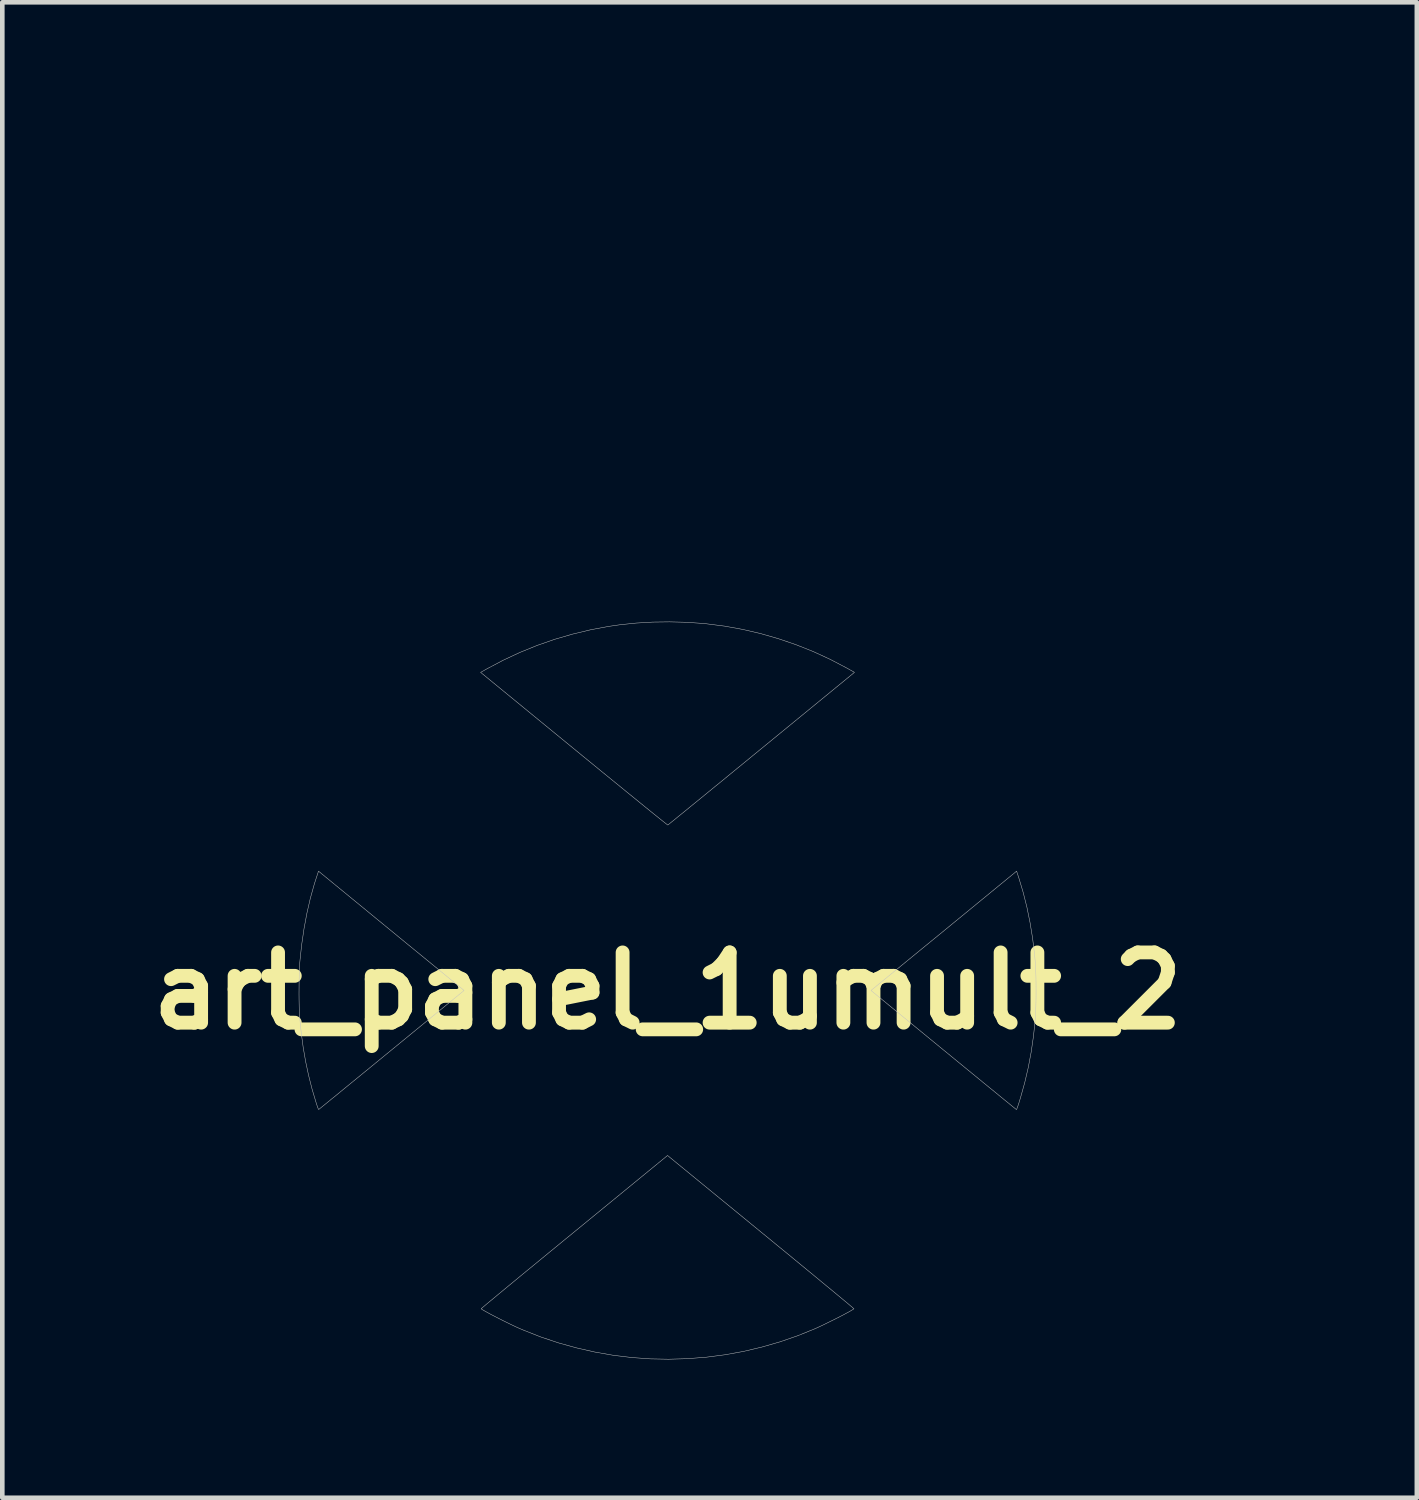
<source format=kicad_pcb>
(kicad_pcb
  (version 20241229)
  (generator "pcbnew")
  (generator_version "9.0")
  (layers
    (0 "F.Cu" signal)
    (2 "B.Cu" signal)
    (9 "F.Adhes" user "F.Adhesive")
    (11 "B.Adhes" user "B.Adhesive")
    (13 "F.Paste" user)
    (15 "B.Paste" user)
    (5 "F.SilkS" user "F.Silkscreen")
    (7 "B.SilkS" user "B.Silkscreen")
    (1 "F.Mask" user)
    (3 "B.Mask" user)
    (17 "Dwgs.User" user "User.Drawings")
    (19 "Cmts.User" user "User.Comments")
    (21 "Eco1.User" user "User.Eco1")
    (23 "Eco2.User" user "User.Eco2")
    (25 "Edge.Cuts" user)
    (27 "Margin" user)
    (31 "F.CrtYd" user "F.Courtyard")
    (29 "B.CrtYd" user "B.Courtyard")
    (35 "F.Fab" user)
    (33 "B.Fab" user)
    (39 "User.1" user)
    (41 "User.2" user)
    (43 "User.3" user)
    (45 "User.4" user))
  (footprint "art_panel_1umult_2"
    (layer "F.Cu")
    (at 11.437 18.447)
    (property "Reference" "art_panel_1umult_2" (at 0 0 0) (layer "F.SilkS") (effects (font (size 1.524 1.524) (thickness 0.3))))
    (attr through_hole)
    (fp_poly (pts (xy 6.417 -18.133) (xy 6.435 -18.1) (xy 6.441 -18.059) (xy 6.435 -18.019) (xy 6.419 -17.99) (xy 6.413 -17.984) (xy 6.405 -17.979) (xy 6.395 -17.975) (xy 6.378 -17.972) (xy 6.354 -17.97) (xy 6.32 -17.968) (xy 6.274 -17.967) (xy 6.214 -17.967) (xy 6.137 -17.967) (xy 6.041 -17.967) (xy 5.668 -17.967) (xy 5.665 -16.805) (xy 5.665 -16.622) (xy 5.665 -16.459) (xy 5.664 -16.315) (xy 5.664 -16.189) (xy 5.663 -16.079) (xy 5.662 -15.984) (xy 5.661 -15.903) (xy 5.661 -15.835) (xy 5.659 -15.779) (xy 5.658 -15.734) (xy 5.657 -15.697) (xy 5.655 -15.669) (xy 5.653 -15.648) (xy 5.651 -15.632) (xy 5.649 -15.622) (xy 5.646 -15.614) (xy 5.645 -15.612) (xy 5.605 -15.559) (xy 5.554 -15.523) (xy 5.494 -15.505) (xy 5.43 -15.506) (xy 5.389 -15.516) (xy 5.339 -15.543) (xy 5.296 -15.583) (xy 5.27 -15.625) (xy 5.267 -15.633) (xy 5.265 -15.648) (xy 5.263 -15.669) (xy 5.262 -15.699) (xy 5.26 -15.738) (xy 5.259 -15.788) (xy 5.258 -15.85) (xy 5.257 -15.924) (xy 5.257 -16.012) (xy 5.256 -16.114) (xy 5.256 -16.233) (xy 5.255 -16.369) (xy 5.255 -16.524) (xy 5.255 -16.697) (xy 5.255 -16.813) (xy 5.255 -17.967) (xy 4.529 -17.967) (xy 4.506 -17.991) (xy 4.487 -18.024) (xy 4.481 -18.065) (xy 4.488 -18.104) (xy 4.507 -18.134) (xy 4.532 -18.157) (xy 6.394 -18.157) (xy 6.417 -18.133)) (stroke (width 0.01) (type solid)) (fill yes) (layer "F.Mask"))
    (fp_poly (pts (xy 3.654 -18.151) (xy 3.681 -18.143) (xy 3.723 -18.116) (xy 3.76 -18.078) (xy 3.783 -18.037) (xy 3.785 -18.023) (xy 3.787 -17.99) (xy 3.789 -17.938) (xy 3.79 -17.868) (xy 3.791 -17.778) (xy 3.792 -17.669) (xy 3.793 -17.54) (xy 3.794 -17.392) (xy 3.794 -17.222) (xy 3.795 -17.033) (xy 3.795 -16.855) (xy 3.795 -15.702) (xy 4.317 -15.702) (xy 4.452 -15.702) (xy 4.569 -15.701) (xy 4.668 -15.7) (xy 4.748 -15.698) (xy 4.809 -15.696) (xy 4.85 -15.694) (xy 4.871 -15.691) (xy 4.871 -15.691) (xy 4.902 -15.67) (xy 4.92 -15.638) (xy 4.927 -15.6) (xy 4.921 -15.562) (xy 4.902 -15.53) (xy 4.878 -15.513) (xy 4.862 -15.51) (xy 4.827 -15.508) (xy 4.776 -15.506) (xy 4.71 -15.505) (xy 4.632 -15.503) (xy 4.544 -15.502) (xy 4.449 -15.502) (xy 4.348 -15.501) (xy 4.243 -15.501) (xy 4.138 -15.501) (xy 4.035 -15.502) (xy 3.935 -15.502) (xy 3.84 -15.503) (xy 3.754 -15.504) (xy 3.678 -15.506) (xy 3.615 -15.508) (xy 3.567 -15.51) (xy 3.536 -15.512) (xy 3.525 -15.514) (xy 3.47 -15.542) (xy 3.43 -15.583) (xy 3.415 -15.61) (xy 3.411 -15.617) (xy 3.408 -15.625) (xy 3.405 -15.635) (xy 3.403 -15.647) (xy 3.401 -15.664) (xy 3.399 -15.685) (xy 3.398 -15.714) (xy 3.396 -15.75) (xy 3.395 -15.795) (xy 3.395 -15.85) (xy 3.394 -15.917) (xy 3.393 -15.996) (xy 3.393 -16.088) (xy 3.393 -16.196) (xy 3.393 -16.32) (xy 3.393 -16.462) (xy 3.393 -16.621) (xy 3.393 -16.801) (xy 3.393 -16.827) (xy 3.392 -17.013) (xy 3.393 -17.179) (xy 3.393 -17.326) (xy 3.393 -17.456) (xy 3.393 -17.569) (xy 3.394 -17.667) (xy 3.395 -17.751) (xy 3.396 -17.822) (xy 3.397 -17.881) (xy 3.399 -17.93) (xy 3.401 -17.969) (xy 3.404 -18.001) (xy 3.407 -18.026) (xy 3.411 -18.045) (xy 3.416 -18.059) (xy 3.421 -18.07) (xy 3.427 -18.079) (xy 3.434 -18.087) (xy 3.442 -18.095) (xy 3.443 -18.097) (xy 3.485 -18.129) (xy 3.538 -18.149) (xy 3.597 -18.157) (xy 3.654 -18.151)) (stroke (width 0.01) (type solid)) (fill yes) (layer "F.Mask"))
    (fp_poly (pts (xy 1.27 -18.152) (xy 1.317 -18.134) (xy 1.354 -18.106) (xy 1.365 -18.096) (xy 1.375 -18.086) (xy 1.383 -18.075) (xy 1.39 -18.063) (xy 1.396 -18.047) (xy 1.401 -18.025) (xy 1.405 -17.997) (xy 1.408 -17.96) (xy 1.41 -17.913) (xy 1.412 -17.855) (xy 1.413 -17.784) (xy 1.413 -17.698) (xy 1.414 -17.596) (xy 1.414 -17.477) (xy 1.414 -17.338) (xy 1.414 -17.298) (xy 1.414 -17.172) (xy 1.414 -17.05) (xy 1.415 -16.933) (xy 1.416 -16.823) (xy 1.417 -16.724) (xy 1.418 -16.636) (xy 1.42 -16.562) (xy 1.421 -16.504) (xy 1.423 -16.464) (xy 1.424 -16.453) (xy 1.437 -16.341) (xy 1.458 -16.242) (xy 1.489 -16.148) (xy 1.532 -16.051) (xy 1.56 -15.997) (xy 1.586 -15.954) (xy 1.615 -15.916) (xy 1.652 -15.875) (xy 1.678 -15.849) (xy 1.748 -15.785) (xy 1.815 -15.736) (xy 1.884 -15.702) (xy 1.959 -15.677) (xy 1.97 -15.675) (xy 2.064 -15.663) (xy 2.158 -15.671) (xy 2.249 -15.697) (xy 2.336 -15.741) (xy 2.418 -15.8) (xy 2.493 -15.874) (xy 2.56 -15.961) (xy 2.618 -16.06) (xy 2.665 -16.169) (xy 2.699 -16.287) (xy 2.714 -16.372) (xy 2.717 -16.402) (xy 2.719 -16.451) (xy 2.721 -16.521) (xy 2.722 -16.61) (xy 2.724 -16.718) (xy 2.725 -16.844) (xy 2.725 -16.987) (xy 2.726 -17.147) (xy 2.726 -17.227) (xy 2.726 -17.377) (xy 2.726 -17.508) (xy 2.726 -17.621) (xy 2.727 -17.716) (xy 2.727 -17.797) (xy 2.729 -17.864) (xy 2.73 -17.918) (xy 2.733 -17.962) (xy 2.736 -17.997) (xy 2.739 -18.024) (xy 2.744 -18.044) (xy 2.75 -18.06) (xy 2.756 -18.072) (xy 2.764 -18.083) (xy 2.773 -18.093) (xy 2.776 -18.097) (xy 2.82 -18.131) (xy 2.874 -18.151) (xy 2.932 -18.157) (xy 2.989 -18.149) (xy 3.042 -18.128) (xy 3.085 -18.094) (xy 3.104 -18.067) (xy 3.128 -18.025) (xy 3.125 -17.173) (xy 3.122 -16.321) (xy 3.098 -16.242) (xy 3.043 -16.095) (xy 2.971 -15.961) (xy 2.884 -15.842) (xy 2.782 -15.737) (xy 2.666 -15.647) (xy 2.536 -15.573) (xy 2.393 -15.515) (xy 2.361 -15.505) (xy 2.284 -15.488) (xy 2.194 -15.476) (xy 2.098 -15.471) (xy 2.001 -15.472) (xy 1.911 -15.479) (xy 1.847 -15.489) (xy 1.778 -15.506) (xy 1.72 -15.524) (xy 1.666 -15.545) (xy 1.607 -15.574) (xy 1.575 -15.59) (xy 1.448 -15.67) (xy 1.334 -15.765) (xy 1.235 -15.874) (xy 1.153 -15.997) (xy 1.086 -16.132) (xy 1.037 -16.277) (xy 1.037 -16.279) (xy 1.033 -16.294) (xy 1.03 -16.311) (xy 1.028 -16.331) (xy 1.025 -16.355) (xy 1.023 -16.386) (xy 1.021 -16.425) (xy 1.02 -16.473) (xy 1.019 -16.532) (xy 1.018 -16.604) (xy 1.017 -16.689) (xy 1.016 -16.789) (xy 1.015 -16.907) (xy 1.014 -17.042) (xy 1.014 -17.168) (xy 1.013 -17.343) (xy 1.013 -17.498) (xy 1.013 -17.632) (xy 1.013 -17.746) (xy 1.014 -17.84) (xy 1.015 -17.914) (xy 1.017 -17.969) (xy 1.019 -18.004) (xy 1.021 -18.021) (xy 1.048 -18.077) (xy 1.09 -18.119) (xy 1.144 -18.147) (xy 1.208 -18.157) (xy 1.211 -18.157) (xy 1.27 -18.152)) (stroke (width 0.01) (type solid)) (fill yes) (layer "F.Mask"))
    (fp_poly (pts (xy 2.697 3.668) (xy 2.906 3.839) (xy 3.111 4.007) (xy 3.311 4.171) (xy 3.506 4.331) (xy 3.695 4.486) (xy 3.877 4.635) (xy 4.051 4.779) (xy 4.218 4.916) (xy 4.377 5.046) (xy 4.526 5.169) (xy 4.666 5.283) (xy 4.795 5.39) (xy 4.914 5.487) (xy 5.021 5.576) (xy 5.116 5.654) (xy 5.198 5.722) (xy 5.267 5.779) (xy 5.322 5.825) (xy 5.363 5.858) (xy 5.388 5.88) (xy 5.398 5.888) (xy 5.398 5.889) (xy 5.39 5.901) (xy 5.367 5.924) (xy 5.332 5.957) (xy 5.286 5.998) (xy 5.231 6.045) (xy 5.17 6.096) (xy 5.105 6.15) (xy 5.037 6.205) (xy 4.97 6.259) (xy 4.904 6.311) (xy 4.842 6.358) (xy 4.787 6.4) (xy 4.739 6.435) (xy 4.702 6.461) (xy 4.677 6.476) (xy 4.668 6.479) (xy 4.658 6.472) (xy 4.634 6.452) (xy 4.594 6.42) (xy 4.539 6.376) (xy 4.471 6.321) (xy 4.39 6.255) (xy 4.297 6.179) (xy 4.191 6.093) (xy 4.075 5.998) (xy 3.948 5.894) (xy 3.811 5.782) (xy 3.665 5.663) (xy 3.51 5.537) (xy 3.348 5.404) (xy 3.179 5.265) (xy 3.003 5.121) (xy 2.821 4.972) (xy 2.633 4.819) (xy 2.442 4.662) (xy 2.33 4.571) (xy 2.136 4.412) (xy 1.946 4.256) (xy 1.761 4.105) (xy 1.582 3.958) (xy 1.408 3.816) (xy 1.242 3.68) (xy 1.083 3.55) (xy 0.932 3.427) (xy 0.79 3.311) (xy 0.658 3.203) (xy 0.535 3.103) (xy 0.424 3.012) (xy 0.323 2.93) (xy 0.235 2.859) (xy 0.16 2.798) (xy 0.098 2.747) (xy 0.05 2.709) (xy 0.016 2.682) (xy -0.002 2.668) (xy -0.005 2.666) (xy -0.014 2.672) (xy -0.038 2.692) (xy -0.078 2.724) (xy -0.132 2.767) (xy -0.2 2.822) (xy -0.281 2.888) (xy -0.374 2.964) (xy -0.479 3.05) (xy -0.596 3.144) (xy -0.722 3.248) (xy -0.859 3.359) (xy -1.005 3.478) (xy -1.159 3.604) (xy -1.321 3.737) (xy -1.491 3.876) (xy -1.667 4.02) (xy -1.848 4.168) (xy -2.036 4.322) (xy -2.227 4.479) (xy -2.339 4.571) (xy -2.534 4.73) (xy -2.723 4.885) (xy -2.909 5.037) (xy -3.088 5.184) (xy -3.261 5.325) (xy -3.428 5.462) (xy -3.587 5.592) (xy -3.738 5.715) (xy -3.88 5.831) (xy -4.013 5.939) (xy -4.135 6.039) (xy -4.247 6.131) (xy -4.348 6.212) (xy -4.436 6.284) (xy -4.512 6.346) (xy -4.574 6.396) (xy -4.622 6.435) (xy -4.656 6.462) (xy -4.674 6.476) (xy -4.677 6.479) (xy -4.69 6.474) (xy -4.716 6.458) (xy -4.751 6.434) (xy -4.794 6.404) (xy -4.807 6.394) (xy -4.867 6.348) (xy -4.932 6.297) (xy -5 6.243) (xy -5.068 6.188) (xy -5.136 6.132) (xy -5.2 6.078) (xy -5.259 6.028) (xy -5.311 5.983) (xy -5.354 5.944) (xy -5.385 5.915) (xy -5.404 5.895) (xy -5.408 5.889) (xy -5.399 5.881) (xy -5.376 5.861) (xy -5.337 5.829) (xy -5.283 5.784) (xy -5.215 5.728) (xy -5.134 5.661) (xy -5.041 5.584) (xy -4.935 5.497) (xy -4.818 5.4) (xy -4.689 5.295) (xy -4.551 5.181) (xy -4.402 5.059) (xy -4.245 4.929) (xy -4.078 4.793) (xy -3.904 4.65) (xy -3.723 4.501) (xy -3.535 4.347) (xy -3.341 4.188) (xy -3.141 4.024) (xy -2.937 3.856) (xy -2.728 3.685) (xy -2.706 3.668) (xy -0.005 1.455) (xy 2.697 3.668)) (stroke (width 0.01) (type solid)) (fill yes) (layer "F.Mask"))
    (fp_poly (pts (xy -4.631 -6.464) (xy -4.619 -6.454) (xy -4.591 -6.431) (xy -4.548 -6.396) (xy -4.491 -6.349) (xy -4.42 -6.291) (xy -4.336 -6.222) (xy -4.239 -6.143) (xy -4.131 -6.055) (xy -4.013 -5.957) (xy -3.883 -5.852) (xy -3.745 -5.738) (xy -3.597 -5.617) (xy -3.441 -5.49) (xy -3.278 -5.356) (xy -3.108 -5.216) (xy -2.931 -5.072) (xy -2.749 -4.923) (xy -2.562 -4.77) (xy -2.371 -4.614) (xy -2.322 -4.574) (xy -2.131 -4.417) (xy -1.943 -4.263) (xy -1.761 -4.114) (xy -1.583 -3.968) (xy -1.412 -3.828) (xy -1.248 -3.694) (xy -1.091 -3.565) (xy -0.943 -3.443) (xy -0.803 -3.329) (xy -0.672 -3.222) (xy -0.552 -3.123) (xy -0.443 -3.033) (xy -0.345 -2.953) (xy -0.259 -2.883) (xy -0.186 -2.823) (xy -0.127 -2.774) (xy -0.082 -2.737) (xy -0.051 -2.712) (xy -0.037 -2.699) (xy -0.035 -2.698) (xy -0.008 -2.672) (xy 2.224 -4.501) (xy 2.416 -4.657) (xy 2.604 -4.811) (xy 2.787 -4.962) (xy 2.966 -5.108) (xy 3.139 -5.249) (xy 3.305 -5.386) (xy 3.464 -5.516) (xy 3.616 -5.64) (xy 3.759 -5.757) (xy 3.892 -5.867) (xy 4.016 -5.968) (xy 4.129 -6.061) (xy 4.231 -6.144) (xy 4.321 -6.218) (xy 4.397 -6.281) (xy 4.461 -6.333) (xy 4.51 -6.373) (xy 4.544 -6.401) (xy 4.563 -6.416) (xy 4.564 -6.417) (xy 4.671 -6.505) (xy 4.797 -6.412) (xy 4.911 -6.324) (xy 5.033 -6.226) (xy 5.159 -6.122) (xy 5.282 -6.017) (xy 5.29 -6.009) (xy 5.405 -5.909) (xy 5.38 -5.885) (xy 5.37 -5.876) (xy 5.343 -5.854) (xy 5.302 -5.82) (xy 5.247 -5.775) (xy 5.178 -5.718) (xy 5.097 -5.651) (xy 5.004 -5.575) (xy 4.9 -5.49) (xy 4.786 -5.396) (xy 4.662 -5.294) (xy 4.529 -5.185) (xy 4.388 -5.069) (xy 4.239 -4.947) (xy 4.084 -4.82) (xy 3.923 -4.688) (xy 3.757 -4.552) (xy 3.586 -4.412) (xy 3.411 -4.269) (xy 3.234 -4.124) (xy 3.054 -3.977) (xy 2.873 -3.829) (xy 2.692 -3.68) (xy 2.51 -3.531) (xy 2.329 -3.383) (xy 2.149 -3.236) (xy 1.972 -3.091) (xy 1.797 -2.948) (xy 1.626 -2.808) (xy 1.46 -2.672) (xy 1.299 -2.54) (xy 1.144 -2.414) (xy 0.995 -2.292) (xy 0.854 -2.177) (xy 0.721 -2.068) (xy 0.597 -1.967) (xy 0.482 -1.873) (xy 0.378 -1.788) (xy 0.285 -1.712) (xy 0.204 -1.646) (xy 0.135 -1.59) (xy 0.08 -1.545) (xy 0.039 -1.512) (xy 0.012 -1.491) (xy 0.001 -1.482) (xy 0.001 -1.482) (xy -0.008 -1.488) (xy -0.033 -1.507) (xy -0.073 -1.539) (xy -0.127 -1.582) (xy -0.196 -1.637) (xy -0.277 -1.703) (xy -0.372 -1.78) (xy -0.479 -1.866) (xy -0.597 -1.962) (xy -0.726 -2.067) (xy -0.865 -2.18) (xy -1.014 -2.301) (xy -1.172 -2.43) (xy -1.338 -2.565) (xy -1.512 -2.707) (xy -1.693 -2.856) (xy -1.882 -3.009) (xy -2.076 -3.168) (xy -2.275 -3.331) (xy -2.479 -3.498) (xy -2.688 -3.669) (xy -2.688 -3.669) (xy -2.897 -3.84) (xy -3.102 -4.008) (xy -3.301 -4.171) (xy -3.496 -4.331) (xy -3.684 -4.485) (xy -3.866 -4.634) (xy -4.041 -4.777) (xy -4.208 -4.914) (xy -4.366 -5.044) (xy -4.516 -5.167) (xy -4.656 -5.282) (xy -4.785 -5.388) (xy -4.904 -5.486) (xy -5.012 -5.574) (xy -5.107 -5.652) (xy -5.189 -5.72) (xy -5.259 -5.777) (xy -5.314 -5.822) (xy -5.354 -5.856) (xy -5.38 -5.877) (xy -5.39 -5.885) (xy -5.414 -5.909) (xy -5.3 -6.009) (xy -5.177 -6.115) (xy -5.051 -6.22) (xy -4.928 -6.318) (xy -4.813 -6.407) (xy -4.806 -6.412) (xy -4.681 -6.505) (xy -4.631 -6.464)) (stroke (width 0.01) (type solid)) (fill yes) (layer "F.Mask"))
    (fp_poly (pts (xy -6.89 -4.051) (xy -6.865 -4.031) (xy -6.826 -3.999) (xy -6.771 -3.955) (xy -6.703 -3.9) (xy -6.622 -3.833) (xy -6.528 -3.757) (xy -6.422 -3.671) (xy -6.305 -3.575) (xy -6.177 -3.471) (xy -6.039 -3.358) (xy -5.892 -3.238) (xy -5.736 -3.111) (xy -5.572 -2.976) (xy -5.401 -2.836) (xy -5.223 -2.69) (xy -5.038 -2.539) (xy -4.848 -2.384) (xy -4.653 -2.224) (xy -4.453 -2.061) (xy -4.42 -2.033) (xy -1.953 -0.012) (xy -1.982 0.016) (xy -1.991 0.024) (xy -2.016 0.045) (xy -2.056 0.078) (xy -2.11 0.122) (xy -2.178 0.177) (xy -2.257 0.243) (xy -2.349 0.318) (xy -2.451 0.402) (xy -2.564 0.494) (xy -2.686 0.595) (xy -2.817 0.702) (xy -2.955 0.815) (xy -3.1 0.934) (xy -3.252 1.059) (xy -3.409 1.188) (xy -3.571 1.32) (xy -3.737 1.456) (xy -3.906 1.595) (xy -4.078 1.735) (xy -4.251 1.877) (xy -4.425 2.02) (xy -4.599 2.162) (xy -4.772 2.304) (xy -4.944 2.445) (xy -5.113 2.584) (xy -5.279 2.72) (xy -5.442 2.853) (xy -5.6 2.982) (xy -5.752 3.107) (xy -5.899 3.227) (xy -6.038 3.341) (xy -6.17 3.449) (xy -6.293 3.55) (xy -6.407 3.643) (xy -6.511 3.728) (xy -6.604 3.804) (xy -6.685 3.871) (xy -6.754 3.927) (xy -6.81 3.973) (xy -6.852 4.007) (xy -6.88 4.029) (xy -6.891 4.038) (xy -6.903 4.036) (xy -6.921 4.016) (xy -6.94 3.986) (xy -6.972 3.931) (xy -7.008 3.867) (xy -7.046 3.797) (xy -7.085 3.723) (xy -7.124 3.647) (xy -7.162 3.572) (xy -7.198 3.5) (xy -7.23 3.434) (xy -7.258 3.375) (xy -7.279 3.326) (xy -7.294 3.29) (xy -7.3 3.269) (xy -7.299 3.265) (xy -7.289 3.257) (xy -7.264 3.236) (xy -7.224 3.204) (xy -7.17 3.16) (xy -7.104 3.105) (xy -7.025 3.041) (xy -6.936 2.968) (xy -6.836 2.886) (xy -6.726 2.796) (xy -6.608 2.7) (xy -6.483 2.597) (xy -6.35 2.488) (xy -6.212 2.375) (xy -6.068 2.257) (xy -5.92 2.136) (xy -5.769 2.012) (xy -5.615 1.886) (xy -5.459 1.758) (xy -5.303 1.63) (xy -5.147 1.502) (xy -4.991 1.374) (xy -4.837 1.248) (xy -4.686 1.124) (xy -4.539 1.003) (xy -4.395 0.885) (xy -4.257 0.772) (xy -4.125 0.663) (xy -3.999 0.56) (xy -3.882 0.464) (xy -3.773 0.374) (xy -3.673 0.292) (xy -3.584 0.219) (xy -3.506 0.155) (xy -3.44 0.1) (xy -3.387 0.057) (xy -3.348 0.024) (xy -3.323 0.004) (xy -3.314 -0.004) (xy -3.314 -0.004) (xy -3.321 -0.012) (xy -3.344 -0.032) (xy -3.383 -0.064) (xy -3.435 -0.108) (xy -3.501 -0.163) (xy -3.581 -0.229) (xy -3.672 -0.305) (xy -3.774 -0.39) (xy -3.888 -0.483) (xy -4.011 -0.585) (xy -4.144 -0.695) (xy -4.286 -0.812) (xy -4.436 -0.935) (xy -4.592 -1.064) (xy -4.756 -1.198) (xy -4.925 -1.337) (xy -5.1 -1.48) (xy -5.279 -1.627) (xy -5.303 -1.646) (xy -5.483 -1.794) (xy -5.658 -1.937) (xy -5.828 -2.077) (xy -5.993 -2.212) (xy -6.151 -2.341) (xy -6.302 -2.465) (xy -6.445 -2.583) (xy -6.58 -2.693) (xy -6.705 -2.796) (xy -6.821 -2.891) (xy -6.925 -2.977) (xy -7.019 -3.054) (xy -7.1 -3.121) (xy -7.169 -3.177) (xy -7.224 -3.223) (xy -7.265 -3.256) (xy -7.291 -3.278) (xy -7.302 -3.287) (xy -7.302 -3.287) (xy -7.299 -3.3) (xy -7.288 -3.329) (xy -7.269 -3.371) (xy -7.244 -3.425) (xy -7.213 -3.487) (xy -7.179 -3.555) (xy -7.142 -3.627) (xy -7.103 -3.701) (xy -7.065 -3.774) (xy -7.028 -3.843) (xy -6.993 -3.907) (xy -6.961 -3.963) (xy -6.935 -4.007) (xy -6.915 -4.039) (xy -6.902 -4.056) (xy -6.899 -4.058) (xy -6.89 -4.051)) (stroke (width 0.01) (type solid)) (fill yes) (layer "F.Mask"))
    (fp_poly (pts (xy 6.898 -4.05) (xy 6.915 -4.025) (xy 6.938 -3.986) (xy 6.967 -3.935) (xy 7.001 -3.875) (xy 7.037 -3.809) (xy 7.075 -3.737) (xy 7.114 -3.663) (xy 7.151 -3.59) (xy 7.187 -3.52) (xy 7.22 -3.454) (xy 7.248 -3.396) (xy 7.27 -3.348) (xy 7.285 -3.312) (xy 7.292 -3.291) (xy 7.292 -3.287) (xy 7.284 -3.28) (xy 7.26 -3.26) (xy 7.221 -3.228) (xy 7.167 -3.184) (xy 7.1 -3.129) (xy 7.021 -3.063) (xy 6.929 -2.987) (xy 6.825 -2.903) (xy 6.711 -2.809) (xy 6.587 -2.707) (xy 6.454 -2.597) (xy 6.311 -2.481) (xy 6.161 -2.358) (xy 6.004 -2.229) (xy 5.84 -2.095) (xy 5.671 -1.956) (xy 5.496 -1.812) (xy 5.317 -1.666) (xy 5.294 -1.646) (xy 5.114 -1.499) (xy 4.939 -1.356) (xy 4.769 -1.216) (xy 4.605 -1.081) (xy 4.447 -0.952) (xy 4.296 -0.828) (xy 4.153 -0.71) (xy 4.019 -0.6) (xy 3.894 -0.497) (xy 3.78 -0.402) (xy 3.675 -0.316) (xy 3.583 -0.239) (xy 3.502 -0.172) (xy 3.434 -0.115) (xy 3.379 -0.07) (xy 3.339 -0.036) (xy 3.314 -0.014) (xy 3.304 -0.005) (xy 3.304 -0.004) (xy 3.312 0.003) (xy 3.336 0.023) (xy 3.375 0.055) (xy 3.427 0.098) (xy 3.493 0.152) (xy 3.57 0.215) (xy 3.659 0.288) (xy 3.758 0.369) (xy 3.866 0.458) (xy 3.983 0.555) (xy 4.108 0.657) (xy 4.24 0.766) (xy 4.378 0.879) (xy 4.521 0.996) (xy 4.668 1.117) (xy 4.819 1.241) (xy 4.973 1.367) (xy 5.129 1.495) (xy 5.285 1.623) (xy 5.441 1.751) (xy 5.597 1.879) (xy 5.751 2.005) (xy 5.902 2.129) (xy 6.05 2.251) (xy 6.194 2.369) (xy 6.333 2.482) (xy 6.466 2.591) (xy 6.592 2.694) (xy 6.71 2.791) (xy 6.82 2.881) (xy 6.921 2.963) (xy 7.011 3.037) (xy 7.09 3.102) (xy 7.157 3.157) (xy 7.212 3.201) (xy 7.253 3.235) (xy 7.279 3.256) (xy 7.29 3.264) (xy 7.29 3.265) (xy 7.288 3.276) (xy 7.278 3.303) (xy 7.261 3.345) (xy 7.237 3.397) (xy 7.207 3.459) (xy 7.174 3.527) (xy 7.138 3.599) (xy 7.101 3.673) (xy 7.063 3.746) (xy 7.027 3.816) (xy 6.992 3.88) (xy 6.961 3.936) (xy 6.935 3.981) (xy 6.914 4.014) (xy 6.908 4.023) (xy 6.906 4.025) (xy 6.904 4.027) (xy 6.9 4.028) (xy 6.895 4.027) (xy 6.888 4.024) (xy 6.879 4.018) (xy 6.866 4.01) (xy 6.849 3.998) (xy 6.828 3.983) (xy 6.802 3.964) (xy 6.771 3.94) (xy 6.734 3.911) (xy 6.69 3.876) (xy 6.639 3.835) (xy 6.58 3.789) (xy 6.514 3.735) (xy 6.438 3.674) (xy 6.354 3.605) (xy 6.259 3.528) (xy 6.154 3.443) (xy 6.038 3.348) (xy 5.911 3.244) (xy 5.772 3.13) (xy 5.62 3.006) (xy 5.455 2.871) (xy 5.276 2.725) (xy 5.083 2.567) (xy 4.875 2.397) (xy 4.652 2.214) (xy 4.44 2.04) (xy 4.241 1.877) (xy 4.045 1.717) (xy 3.855 1.561) (xy 3.669 1.409) (xy 3.49 1.262) (xy 3.318 1.121) (xy 3.153 0.985) (xy 2.996 0.857) (xy 2.847 0.735) (xy 2.708 0.621) (xy 2.579 0.515) (xy 2.46 0.417) (xy 2.352 0.329) (xy 2.257 0.25) (xy 2.174 0.182) (xy 2.103 0.124) (xy 2.047 0.078) (xy 2.005 0.043) (xy 1.978 0.021) (xy 1.967 0.011) (xy 1.967 0.011) (xy 1.944 -0.012) (xy 4.411 -2.033) (xy 4.611 -2.197) (xy 4.807 -2.358) (xy 4.998 -2.514) (xy 5.183 -2.666) (xy 5.363 -2.813) (xy 5.535 -2.954) (xy 5.701 -3.089) (xy 5.858 -3.218) (xy 6.006 -3.339) (xy 6.146 -3.453) (xy 6.275 -3.559) (xy 6.394 -3.656) (xy 6.502 -3.743) (xy 6.598 -3.822) (xy 6.681 -3.889) (xy 6.751 -3.947) (xy 6.808 -3.993) (xy 6.85 -4.027) (xy 6.878 -4.048) (xy 6.889 -4.057) (xy 6.89 -4.058) (xy 6.898 -4.05)) (stroke (width 0.01) (type solid)) (fill yes) (layer "F.Mask"))
    (fp_poly (pts (xy -1.53 -18.15) (xy -1.479 -18.128) (xy -1.447 -18.103) (xy -1.438 -18.09) (xy -1.42 -18.06) (xy -1.392 -18.014) (xy -1.357 -17.955) (xy -1.314 -17.883) (xy -1.265 -17.799) (xy -1.21 -17.705) (xy -1.151 -17.603) (xy -1.087 -17.494) (xy -1.02 -17.378) (xy -0.978 -17.305) (xy -0.91 -17.187) (xy -0.845 -17.075) (xy -0.784 -16.97) (xy -0.728 -16.872) (xy -0.676 -16.784) (xy -0.631 -16.706) (xy -0.593 -16.641) (xy -0.563 -16.589) (xy -0.541 -16.551) (xy -0.528 -16.53) (xy -0.525 -16.525) (xy -0.519 -16.533) (xy -0.503 -16.558) (xy -0.478 -16.599) (xy -0.445 -16.653) (xy -0.405 -16.721) (xy -0.358 -16.801) (xy -0.305 -16.891) (xy -0.247 -16.99) (xy -0.185 -17.096) (xy -0.12 -17.209) (xy -0.084 -17.271) (xy -0.017 -17.388) (xy 0.048 -17.5) (xy 0.11 -17.607) (xy 0.167 -17.706) (xy 0.22 -17.796) (xy 0.266 -17.876) (xy 0.306 -17.945) (xy 0.338 -17.999) (xy 0.361 -18.04) (xy 0.375 -18.063) (xy 0.378 -18.069) (xy 0.409 -18.105) (xy 0.446 -18.133) (xy 0.449 -18.136) (xy 0.5 -18.152) (xy 0.558 -18.157) (xy 0.614 -18.149) (xy 0.633 -18.143) (xy 0.665 -18.123) (xy 0.697 -18.094) (xy 0.725 -18.061) (xy 0.741 -18.03) (xy 0.742 -18.027) (xy 0.742 -18.014) (xy 0.743 -17.98) (xy 0.743 -17.929) (xy 0.744 -17.86) (xy 0.744 -17.775) (xy 0.745 -17.677) (xy 0.745 -17.565) (xy 0.745 -17.442) (xy 0.745 -17.308) (xy 0.745 -17.166) (xy 0.745 -17.016) (xy 0.744 -16.86) (xy 0.744 -16.812) (xy 0.741 -15.621) (xy 0.712 -15.582) (xy 0.674 -15.543) (xy 0.632 -15.519) (xy 0.578 -15.508) (xy 0.546 -15.506) (xy 0.481 -15.513) (xy 0.429 -15.536) (xy 0.387 -15.575) (xy 0.374 -15.594) (xy 0.35 -15.633) (xy 0.344 -16.622) (xy 0.339 -17.611) (xy -0.041 -16.955) (xy -0.12 -16.818) (xy -0.19 -16.698) (xy -0.25 -16.594) (xy -0.302 -16.505) (xy -0.346 -16.429) (xy -0.383 -16.366) (xy -0.414 -16.314) (xy -0.439 -16.272) (xy -0.459 -16.238) (xy -0.475 -16.213) (xy -0.488 -16.194) (xy -0.498 -16.181) (xy -0.506 -16.171) (xy -0.512 -16.165) (xy -0.518 -16.16) (xy -0.525 -16.156) (xy -0.532 -16.152) (xy -0.532 -16.151) (xy -0.59 -16.125) (xy -0.651 -16.118) (xy -0.711 -16.128) (xy -0.766 -16.156) (xy -0.783 -16.171) (xy -0.796 -16.187) (xy -0.818 -16.221) (xy -0.849 -16.271) (xy -0.89 -16.337) (xy -0.938 -16.419) (xy -0.994 -16.514) (xy -1.058 -16.623) (xy -1.128 -16.744) (xy -1.201 -16.871) (xy -1.264 -16.98) (xy -1.323 -17.084) (xy -1.379 -17.181) (xy -1.431 -17.27) (xy -1.476 -17.35) (xy -1.516 -17.418) (xy -1.548 -17.473) (xy -1.572 -17.514) (xy -1.588 -17.54) (xy -1.593 -17.548) (xy -1.595 -17.539) (xy -1.596 -17.51) (xy -1.598 -17.462) (xy -1.599 -17.394) (xy -1.6 -17.309) (xy -1.601 -17.206) (xy -1.602 -17.087) (xy -1.602 -16.952) (xy -1.603 -16.803) (xy -1.603 -16.639) (xy -1.603 -16.552) (xy -1.603 -16.384) (xy -1.603 -16.235) (xy -1.603 -16.105) (xy -1.603 -15.993) (xy -1.604 -15.896) (xy -1.604 -15.814) (xy -1.605 -15.746) (xy -1.605 -15.69) (xy -1.606 -15.645) (xy -1.608 -15.61) (xy -1.609 -15.583) (xy -1.611 -15.563) (xy -1.613 -15.549) (xy -1.616 -15.54) (xy -1.618 -15.533) (xy -1.622 -15.529) (xy -1.623 -15.528) (xy -1.652 -15.513) (xy -1.69 -15.505) (xy -1.726 -15.506) (xy -1.746 -15.512) (xy -1.753 -15.516) (xy -1.759 -15.52) (xy -1.765 -15.525) (xy -1.77 -15.532) (xy -1.775 -15.542) (xy -1.778 -15.557) (xy -1.782 -15.577) (xy -1.784 -15.605) (xy -1.787 -15.64) (xy -1.789 -15.684) (xy -1.79 -15.738) (xy -1.791 -15.804) (xy -1.792 -15.882) (xy -1.793 -15.974) (xy -1.793 -16.081) (xy -1.793 -16.204) (xy -1.793 -16.344) (xy -1.793 -16.502) (xy -1.793 -16.68) (xy -1.793 -16.778) (xy -1.793 -16.968) (xy -1.793 -17.138) (xy -1.793 -17.289) (xy -1.793 -17.422) (xy -1.793 -17.539) (xy -1.792 -17.64) (xy -1.791 -17.728) (xy -1.79 -17.802) (xy -1.789 -17.864) (xy -1.787 -17.916) (xy -1.785 -17.958) (xy -1.783 -17.992) (xy -1.779 -18.018) (xy -1.776 -18.039) (xy -1.771 -18.055) (xy -1.766 -18.067) (xy -1.761 -18.076) (xy -1.755 -18.084) (xy -1.747 -18.092) (xy -1.743 -18.097) (xy -1.699 -18.131) (xy -1.646 -18.151) (xy -1.588 -18.157) (xy -1.53 -18.15)) (stroke (width 0.01) (type solid)) (fill yes) (layer "F.Mask"))
    (fp_poly (pts (xy 12 -18.437) (xy 12.045 -18.421) (xy 12.105 -18.394) (xy 12.11 -18.391) (xy 12.255 -18.317) (xy 12.397 -18.238) (xy 12.534 -18.155) (xy 12.664 -18.071) (xy 12.783 -17.986) (xy 12.891 -17.903) (xy 12.984 -17.824) (xy 13.06 -17.748) (xy 13.08 -17.726) (xy 13.15 -17.634) (xy 13.201 -17.542) (xy 13.233 -17.452) (xy 13.245 -17.365) (xy 13.239 -17.282) (xy 13.213 -17.204) (xy 13.167 -17.132) (xy 13.138 -17.1) (xy 13.074 -17.044) (xy 12.998 -16.994) (xy 12.909 -16.948) (xy 12.806 -16.908) (xy 12.687 -16.871) (xy 12.55 -16.838) (xy 12.395 -16.808) (xy 12.298 -16.793) (xy 12.118 -16.765) (xy 12.112 -16.495) (xy 12.107 -16.305) (xy 12.102 -16.131) (xy 12.097 -15.973) (xy 12.093 -15.833) (xy 12.088 -15.71) (xy 12.084 -15.606) (xy 12.08 -15.521) (xy 12.076 -15.454) (xy 12.073 -15.408) (xy 12.07 -15.382) (xy 12.068 -15.376) (xy 12.05 -15.366) (xy 12.035 -15.363) (xy 12.02 -15.368) (xy 11.989 -15.381) (xy 11.944 -15.401) (xy 11.889 -15.427) (xy 11.826 -15.458) (xy 11.764 -15.488) (xy 11.617 -15.563) (xy 11.489 -15.634) (xy 11.375 -15.702) (xy 11.275 -15.768) (xy 11.185 -15.835) (xy 11.103 -15.904) (xy 11.032 -15.971) (xy 10.956 -16.052) (xy 10.9 -16.129) (xy 10.86 -16.203) (xy 10.837 -16.276) (xy 10.832 -16.327) (xy 11.004 -16.327) (xy 11.02 -16.264) (xy 11.044 -16.217) (xy 11.095 -16.146) (xy 11.162 -16.068) (xy 11.246 -15.987) (xy 11.342 -15.904) (xy 11.45 -15.82) (xy 11.561 -15.742) (xy 11.603 -15.714) (xy 11.653 -15.682) (xy 11.709 -15.648) (xy 11.766 -15.613) (xy 11.823 -15.579) (xy 11.875 -15.548) (xy 11.92 -15.522) (xy 11.954 -15.503) (xy 11.975 -15.492) (xy 11.98 -15.491) (xy 11.983 -15.501) (xy 11.984 -15.529) (xy 11.985 -15.574) (xy 11.984 -15.631) (xy 11.983 -15.689) (xy 11.981 -15.746) (xy 11.978 -15.82) (xy 11.976 -15.908) (xy 11.973 -16.005) (xy 11.97 -16.108) (xy 11.967 -16.212) (xy 11.964 -16.31) (xy 11.961 -16.403) (xy 11.958 -16.489) (xy 11.956 -16.566) (xy 11.953 -16.632) (xy 11.95 -16.684) (xy 11.948 -16.721) (xy 11.946 -16.739) (xy 11.945 -16.741) (xy 11.933 -16.742) (xy 11.904 -16.74) (xy 11.862 -16.736) (xy 11.812 -16.729) (xy 11.806 -16.728) (xy 11.638 -16.7) (xy 11.489 -16.668) (xy 11.358 -16.631) (xy 11.248 -16.591) (xy 11.157 -16.547) (xy 11.087 -16.5) (xy 11.036 -16.449) (xy 11.028 -16.437) (xy 11.006 -16.385) (xy 11.004 -16.327) (xy 10.832 -16.327) (xy 10.829 -16.351) (xy 10.829 -16.353) (xy 10.833 -16.424) (xy 10.847 -16.483) (xy 10.874 -16.537) (xy 10.917 -16.591) (xy 10.943 -16.618) (xy 11.005 -16.672) (xy 11.077 -16.72) (xy 11.161 -16.763) (xy 11.26 -16.803) (xy 11.376 -16.84) (xy 11.51 -16.875) (xy 11.515 -16.877) (xy 11.558 -16.886) (xy 11.611 -16.897) (xy 11.672 -16.908) (xy 11.735 -16.92) (xy 11.797 -16.93) (xy 11.853 -16.94) (xy 11.899 -16.946) (xy 11.93 -16.95) (xy 11.939 -16.951) (xy 11.94 -16.961) (xy 11.94 -16.969) (xy 12.12 -16.969) (xy 12.167 -16.977) (xy 12.199 -16.982) (xy 12.244 -16.989) (xy 12.294 -16.997) (xy 12.314 -17) (xy 12.4 -17.016) (xy 12.493 -17.036) (xy 12.586 -17.06) (xy 12.673 -17.085) (xy 12.749 -17.11) (xy 12.786 -17.124) (xy 12.879 -17.167) (xy 12.951 -17.211) (xy 13.003 -17.258) (xy 13.035 -17.307) (xy 13.047 -17.359) (xy 13.039 -17.414) (xy 13.025 -17.45) (xy 12.985 -17.516) (xy 12.926 -17.588) (xy 12.85 -17.665) (xy 12.758 -17.746) (xy 12.65 -17.829) (xy 12.588 -17.873) (xy 12.541 -17.905) (xy 12.487 -17.941) (xy 12.428 -17.978) (xy 12.368 -18.015) (xy 12.31 -18.05) (xy 12.256 -18.081) (xy 12.21 -18.107) (xy 12.174 -18.125) (xy 12.153 -18.135) (xy 12.148 -18.136) (xy 12.144 -18.132) (xy 12.14 -18.119) (xy 12.138 -18.094) (xy 12.136 -18.055) (xy 12.135 -18) (xy 12.134 -17.927) (xy 12.134 -17.889) (xy 12.134 -17.811) (xy 12.133 -17.718) (xy 12.132 -17.615) (xy 12.131 -17.508) (xy 12.129 -17.403) (xy 12.127 -17.306) (xy 12.12 -16.969) (xy 11.94 -16.969) (xy 11.941 -16.991) (xy 11.942 -17.038) (xy 11.942 -17.102) (xy 11.942 -17.18) (xy 11.942 -17.27) (xy 11.941 -17.371) (xy 11.94 -17.482) (xy 11.939 -17.6) (xy 11.938 -17.674) (xy 11.937 -17.796) (xy 11.936 -17.913) (xy 11.936 -18.021) (xy 11.935 -18.121) (xy 11.935 -18.209) (xy 11.935 -18.284) (xy 11.936 -18.345) (xy 11.936 -18.389) (xy 11.937 -18.414) (xy 11.938 -18.42) (xy 11.949 -18.436) (xy 11.969 -18.442) (xy 12 -18.437)) (stroke (width 0.01) (type solid)) (fill yes) (layer "F.Mask"))
    (fp_poly (pts (xy -4.836 -4.517) (xy -4.72 -4.422) (xy -4.588 -4.314) (xy -4.443 -4.195) (xy -4.286 -4.066) (xy -4.118 -3.929) (xy -3.941 -3.783) (xy -3.756 -3.631) (xy -3.564 -3.474) (xy -3.367 -3.313) (xy -3.166 -3.148) (xy -2.963 -2.982) (xy -2.759 -2.814) (xy -2.555 -2.648) (xy -2.354 -2.482) (xy -2.155 -2.32) (xy -1.961 -2.161) (xy -1.881 -2.095) (xy -0.005 -0.558) (xy 2.951 -2.98) (xy 5.906 -5.403) (xy 5.957 -5.348) (xy 5.991 -5.309) (xy 6.033 -5.261) (xy 6.081 -5.204) (xy 6.133 -5.142) (xy 6.187 -5.076) (xy 6.241 -5.009) (xy 6.295 -4.942) (xy 6.346 -4.877) (xy 6.393 -4.818) (xy 6.433 -4.765) (xy 6.466 -4.721) (xy 6.489 -4.688) (xy 6.502 -4.668) (xy 6.503 -4.663) (xy 6.495 -4.656) (xy 6.471 -4.636) (xy 6.432 -4.604) (xy 6.379 -4.56) (xy 6.311 -4.504) (xy 6.23 -4.437) (xy 6.136 -4.36) (xy 6.029 -4.272) (xy 5.911 -4.176) (xy 5.782 -4.07) (xy 5.643 -3.955) (xy 5.493 -3.833) (xy 5.335 -3.702) (xy 5.167 -3.565) (xy 4.992 -3.421) (xy 4.809 -3.271) (xy 4.618 -3.115) (xy 4.422 -2.954) (xy 4.22 -2.789) (xy 4.013 -2.619) (xy 3.801 -2.445) (xy 3.667 -2.336) (xy 3.452 -2.16) (xy 3.242 -1.988) (xy 3.037 -1.82) (xy 2.837 -1.656) (xy 2.643 -1.497) (xy 2.455 -1.343) (xy 2.275 -1.195) (xy 2.103 -1.053) (xy 1.939 -0.919) (xy 1.784 -0.791) (xy 1.638 -0.671) (xy 1.503 -0.56) (xy 1.378 -0.457) (xy 1.264 -0.364) (xy 1.163 -0.28) (xy 1.074 -0.207) (xy 0.998 -0.144) (xy 0.936 -0.092) (xy 0.888 -0.052) (xy 0.854 -0.024) (xy 0.837 -0.009) (xy 0.834 -0.006) (xy 0.842 0.001) (xy 0.866 0.021) (xy 0.905 0.054) (xy 0.959 0.098) (xy 1.027 0.154) (xy 1.108 0.221) (xy 1.203 0.299) (xy 1.309 0.386) (xy 1.427 0.483) (xy 1.556 0.589) (xy 1.695 0.703) (xy 1.844 0.826) (xy 2.003 0.956) (xy 2.17 1.093) (xy 2.345 1.237) (xy 2.528 1.387) (xy 2.717 1.542) (xy 2.913 1.702) (xy 3.115 1.868) (xy 3.321 2.037) (xy 3.532 2.21) (xy 3.631 2.29) (xy 3.844 2.465) (xy 4.053 2.636) (xy 4.258 2.804) (xy 4.457 2.968) (xy 4.651 3.126) (xy 4.838 3.28) (xy 5.019 3.427) (xy 5.191 3.568) (xy 5.355 3.703) (xy 5.511 3.83) (xy 5.657 3.95) (xy 5.793 4.061) (xy 5.918 4.164) (xy 6.032 4.257) (xy 6.134 4.341) (xy 6.224 4.414) (xy 6.3 4.477) (xy 6.363 4.529) (xy 6.412 4.568) (xy 6.445 4.596) (xy 6.463 4.611) (xy 6.466 4.613) (xy 6.508 4.647) (xy 6.401 4.789) (xy 6.346 4.862) (xy 6.287 4.937) (xy 6.228 5.012) (xy 6.169 5.084) (xy 6.112 5.152) (xy 6.059 5.215) (xy 6.011 5.269) (xy 5.97 5.314) (xy 5.938 5.348) (xy 5.916 5.368) (xy 5.906 5.374) (xy 5.897 5.367) (xy 5.872 5.347) (xy 5.832 5.315) (xy 5.777 5.271) (xy 5.708 5.215) (xy 5.626 5.149) (xy 5.531 5.071) (xy 5.424 4.984) (xy 5.305 4.887) (xy 5.174 4.781) (xy 5.034 4.666) (xy 4.883 4.543) (xy 4.723 4.412) (xy 4.554 4.274) (xy 4.377 4.129) (xy 4.192 3.978) (xy 4 3.821) (xy 3.801 3.659) (xy 3.597 3.492) (xy 3.387 3.32) (xy 3.173 3.144) (xy 2.955 2.965) (xy 2.949 2.961) (xy 2.73 2.782) (xy 2.516 2.606) (xy 2.306 2.434) (xy 2.102 2.267) (xy 1.903 2.105) (xy 1.711 1.947) (xy 1.526 1.796) (xy 1.349 1.651) (xy 1.18 1.513) (xy 1.02 1.382) (xy 0.869 1.259) (xy 0.728 1.144) (xy 0.598 1.038) (xy 0.478 0.94) (xy 0.371 0.853) (xy 0.276 0.775) (xy 0.193 0.708) (xy 0.125 0.653) (xy 0.07 0.608) (xy 0.03 0.576) (xy 0.004 0.556) (xy -0.005 0.549) (xy -0.005 0.549) (xy -0.014 0.556) (xy -0.038 0.575) (xy -0.078 0.607) (xy -0.132 0.651) (xy -0.201 0.707) (xy -0.283 0.773) (xy -0.378 0.851) (xy -0.485 0.938) (xy -0.604 1.035) (xy -0.734 1.141) (xy -0.874 1.256) (xy -1.025 1.379) (xy -1.185 1.509) (xy -1.354 1.647) (xy -1.531 1.792) (xy -1.715 1.943) (xy -1.907 2.1) (xy -2.105 2.262) (xy -2.31 2.429) (xy -2.519 2.601) (xy -2.733 2.776) (xy -2.952 2.955) (xy -2.957 2.96) (xy -3.176 3.139) (xy -3.39 3.314) (xy -3.6 3.486) (xy -3.804 3.653) (xy -4.003 3.816) (xy -4.195 3.973) (xy -4.38 4.124) (xy -4.557 4.27) (xy -4.726 4.408) (xy -4.887 4.539) (xy -5.038 4.662) (xy -5.179 4.778) (xy -5.309 4.884) (xy -5.429 4.981) (xy -5.536 5.069) (xy -5.631 5.147) (xy -5.714 5.214) (xy -5.783 5.27) (xy -5.838 5.315) (xy -5.878 5.348) (xy -5.903 5.368) (xy -5.913 5.375) (xy -5.913 5.375) (xy -5.924 5.369) (xy -5.946 5.349) (xy -5.976 5.319) (xy -6.012 5.28) (xy -6.033 5.256) (xy -6.133 5.139) (xy -6.222 5.032) (xy -6.306 4.926) (xy -6.39 4.817) (xy -6.411 4.789) (xy -6.517 4.647) (xy -6.476 4.613) (xy -6.464 4.604) (xy -6.437 4.582) (xy -6.395 4.547) (xy -6.338 4.501) (xy -6.268 4.443) (xy -6.184 4.374) (xy -6.087 4.294) (xy -5.978 4.205) (xy -5.857 4.106) (xy -5.726 3.999) (xy -5.584 3.883) (xy -5.433 3.759) (xy -5.272 3.627) (xy -5.103 3.488) (xy -4.926 3.343) (xy -4.742 3.193) (xy -4.551 3.036) (xy -4.354 2.875) (xy -4.151 2.709) (xy -3.944 2.539) (xy -3.732 2.365) (xy -3.64 2.29) (xy -3.427 2.116) (xy -3.219 1.945) (xy -3.015 1.778) (xy -2.816 1.615) (xy -2.624 1.457) (xy -2.438 1.305) (xy -2.259 1.158) (xy -2.088 1.018) (xy -1.926 0.885) (xy -1.772 0.759) (xy -1.628 0.641) (xy -1.494 0.531) (xy -1.371 0.43) (xy -1.259 0.338) (xy -1.16 0.256) (xy -1.072 0.184) (xy -0.998 0.123) (xy -0.938 0.073) (xy -0.892 0.035) (xy -0.861 0.009) (xy -0.845 -0.004) (xy -0.843 -0.006) (xy -0.851 -0.013) (xy -0.875 -0.033) (xy -0.914 -0.066) (xy -0.967 -0.11) (xy -1.035 -0.166) (xy -1.116 -0.233) (xy -1.209 -0.311) (xy -1.315 -0.398) (xy -1.433 -0.495) (xy -1.562 -0.601) (xy -1.701 -0.716) (xy -1.851 -0.838) (xy -2.009 -0.969) (xy -2.176 -1.106) (xy -2.352 -1.25) (xy -2.535 -1.4) (xy -2.725 -1.556) (xy -2.921 -1.717) (xy -3.123 -1.883) (xy -3.331 -2.053) (xy -3.543 -2.226) (xy -3.676 -2.336) (xy -3.891 -2.512) (xy -4.101 -2.684) (xy -4.307 -2.852) (xy -4.507 -3.016) (xy -4.701 -3.175) (xy -4.888 -3.329) (xy -5.069 -3.476) (xy -5.241 -3.618) (xy -5.405 -3.753) (xy -5.561 -3.88) (xy -5.706 -4) (xy -5.842 -4.111) (xy -5.967 -4.213) (xy -6.08 -4.307) (xy -6.182 -4.39) (xy -6.271 -4.464) (xy -6.348 -4.526) (xy -6.41 -4.578) (xy -6.458 -4.618) (xy -6.492 -4.645) (xy -6.51 -4.661) (xy -6.513 -4.663) (xy -6.507 -4.676) (xy -6.489 -4.702) (xy -6.461 -4.741) (xy -6.424 -4.79) (xy -6.38 -4.846) (xy -6.331 -4.908) (xy -6.279 -4.974) (xy -6.224 -5.042) (xy -6.17 -5.109) (xy -6.117 -5.173) (xy -6.067 -5.233) (xy -6.022 -5.286) (xy -5.983 -5.33) (xy -5.966 -5.348) (xy -5.916 -5.403) (xy -4.836 -4.517)) (stroke (width 0.01) (type solid)) (fill yes) (layer "F.Mask"))
    (fp_poly (pts (xy -6.783 -1.946) (xy -6.646 -1.834) (xy -6.496 -1.711) (xy -6.337 -1.58) (xy -6.171 -1.444) (xy -6.001 -1.305) (xy -5.832 -1.166) (xy -5.666 -1.03) (xy -5.506 -0.899) (xy -5.355 -0.776) (xy -5.218 -0.663) (xy -5.204 -0.652) (xy -4.419 -0.009) (xy -5.992 1.281) (xy -6.151 1.411) (xy -6.306 1.538) (xy -6.456 1.661) (xy -6.6 1.779) (xy -6.737 1.891) (xy -6.867 1.997) (xy -6.988 2.096) (xy -7.1 2.188) (xy -7.202 2.272) (xy -7.294 2.346) (xy -7.374 2.412) (xy -7.442 2.467) (xy -7.496 2.511) (xy -7.537 2.544) (xy -7.563 2.565) (xy -7.573 2.574) (xy -7.573 2.574) (xy -7.579 2.565) (xy -7.59 2.54) (xy -7.604 2.501) (xy -7.62 2.453) (xy -7.629 2.425) (xy -7.717 2.13) (xy -7.792 1.834) (xy -7.856 1.535) (xy -7.909 1.228) (xy -7.952 0.909) (xy -7.985 0.576) (xy -7.986 0.559) (xy -7.991 0.487) (xy -7.995 0.398) (xy -7.997 0.295) (xy -7.999 0.181) (xy -8 0.06) (xy -7.999 -0.064) (xy -7.998 -0.187) (xy -7.996 -0.306) (xy -7.993 -0.418) (xy -7.989 -0.518) (xy -7.984 -0.604) (xy -7.981 -0.642) (xy -7.943 -0.998) (xy -7.892 -1.346) (xy -7.829 -1.684) (xy -7.754 -2.01) (xy -7.667 -2.321) (xy -7.628 -2.442) (xy -7.577 -2.597) (xy -6.783 -1.946)) (stroke (width 0.01) (type solid)) (fill no) (layer "Dwgs.User"))
    (fp_poly (pts (xy 7.619 -2.442) (xy 7.71 -2.138) (xy 7.791 -1.817) (xy 7.859 -1.484) (xy 7.915 -1.141) (xy 7.958 -0.789) (xy 7.971 -0.642) (xy 7.978 -0.548) (xy 7.983 -0.437) (xy 7.987 -0.313) (xy 7.989 -0.18) (xy 7.99 -0.043) (xy 7.99 0.096) (xy 7.988 0.231) (xy 7.985 0.359) (xy 7.981 0.477) (xy 7.975 0.579) (xy 7.972 0.625) (xy 7.934 0.983) (xy 7.884 1.327) (xy 7.821 1.662) (xy 7.744 1.991) (xy 7.652 2.319) (xy 7.62 2.425) (xy 7.603 2.477) (xy 7.587 2.522) (xy 7.575 2.555) (xy 7.567 2.572) (xy 7.565 2.575) (xy 7.556 2.568) (xy 7.531 2.548) (xy 7.492 2.517) (xy 7.439 2.474) (xy 7.373 2.42) (xy 7.294 2.356) (xy 7.204 2.282) (xy 7.103 2.199) (xy 6.992 2.109) (xy 6.871 2.01) (xy 6.743 1.905) (xy 6.606 1.793) (xy 6.463 1.676) (xy 6.314 1.554) (xy 6.159 1.427) (xy 6.001 1.297) (xy 5.983 1.283) (xy 4.409 -0.009) (xy 5.586 -0.973) (xy 5.732 -1.092) (xy 5.879 -1.212) (xy 6.025 -1.332) (xy 6.169 -1.45) (xy 6.309 -1.565) (xy 6.445 -1.676) (xy 6.574 -1.782) (xy 6.696 -1.882) (xy 6.809 -1.975) (xy 6.912 -2.059) (xy 7.003 -2.134) (xy 7.081 -2.198) (xy 7.145 -2.25) (xy 7.165 -2.267) (xy 7.568 -2.597) (xy 7.619 -2.442)) (stroke (width 0.01) (type solid)) (fill no) (layer "Dwgs.User"))
    (fp_poly (pts (xy 0.4 -7.997) (xy 0.758 -7.972) (xy 0.831 -7.965) (xy 1.229 -7.914) (xy 1.625 -7.842) (xy 2.017 -7.751) (xy 2.405 -7.639) (xy 2.786 -7.509) (xy 3.16 -7.36) (xy 3.525 -7.192) (xy 3.878 -7.007) (xy 3.92 -6.984) (xy 4.05 -6.91) (xy 2.032 -5.257) (xy 1.851 -5.109) (xy 1.675 -4.964) (xy 1.503 -4.824) (xy 1.337 -4.688) (xy 1.178 -4.557) (xy 1.025 -4.433) (xy 0.88 -4.314) (xy 0.744 -4.203) (xy 0.617 -4.099) (xy 0.5 -4.004) (xy 0.393 -3.916) (xy 0.298 -3.839) (xy 0.214 -3.771) (xy 0.144 -3.713) (xy 0.086 -3.667) (xy 0.043 -3.632) (xy 0.015 -3.609) (xy 0.002 -3.599) (xy 0.001 -3.599) (xy -0.008 -3.605) (xy -0.033 -3.624) (xy -0.073 -3.655) (xy -0.127 -3.698) (xy -0.194 -3.752) (xy -0.275 -3.817) (xy -0.368 -3.892) (xy -0.472 -3.976) (xy -0.586 -4.069) (xy -0.711 -4.171) (xy -0.846 -4.28) (xy -0.988 -4.396) (xy -1.139 -4.519) (xy -1.297 -4.648) (xy -1.462 -4.782) (xy -1.632 -4.922) (xy -1.808 -5.065) (xy -1.987 -5.212) (xy -2.036 -5.252) (xy -4.06 -6.91) (xy -3.929 -6.984) (xy -3.576 -7.171) (xy -3.212 -7.341) (xy -2.839 -7.493) (xy -2.458 -7.626) (xy -2.07 -7.739) (xy -1.676 -7.834) (xy -1.279 -7.908) (xy -1.031 -7.944) (xy -0.683 -7.98) (xy -0.325 -8.001) (xy 0.037 -8.006) (xy 0.4 -7.997)) (stroke (width 0.01) (type solid)) (fill no) (layer "Dwgs.User"))
    (fp_poly (pts (xy 2.021 5.23) (xy 2.202 5.378) (xy 2.378 5.523) (xy 2.55 5.663) (xy 2.715 5.799) (xy 2.874 5.93) (xy 3.026 6.055) (xy 3.171 6.174) (xy 3.306 6.286) (xy 3.432 6.39) (xy 3.549 6.486) (xy 3.655 6.574) (xy 3.749 6.652) (xy 3.831 6.72) (xy 3.901 6.778) (xy 3.957 6.826) (xy 3.999 6.861) (xy 4.026 6.885) (xy 4.038 6.896) (xy 4.039 6.896) (xy 4.022 6.909) (xy 3.988 6.93) (xy 3.94 6.958) (xy 3.88 6.99) (xy 3.81 7.028) (xy 3.733 7.068) (xy 3.65 7.11) (xy 3.566 7.152) (xy 3.48 7.194) (xy 3.397 7.235) (xy 3.319 7.272) (xy 3.247 7.305) (xy 3.197 7.328) (xy 2.819 7.481) (xy 2.434 7.614) (xy 2.042 7.727) (xy 1.645 7.821) (xy 1.243 7.894) (xy 0.837 7.947) (xy 0.428 7.979) (xy 0.017 7.991) (xy -0.384 7.983) (xy -0.784 7.954) (xy -1.185 7.905) (xy -1.584 7.835) (xy -1.979 7.745) (xy -2.369 7.637) (xy -2.752 7.509) (xy -3.126 7.362) (xy -3.206 7.328) (xy -3.271 7.299) (xy -3.344 7.265) (xy -3.424 7.227) (xy -3.507 7.186) (xy -3.593 7.144) (xy -3.677 7.101) (xy -3.759 7.059) (xy -3.834 7.02) (xy -3.902 6.983) (xy -3.96 6.951) (xy -4.006 6.925) (xy -4.036 6.906) (xy -4.048 6.896) (xy -4.041 6.889) (xy -4.018 6.869) (xy -3.98 6.837) (xy -3.927 6.792) (xy -3.861 6.737) (xy -3.782 6.672) (xy -3.691 6.596) (xy -3.588 6.511) (xy -3.475 6.417) (xy -3.351 6.315) (xy -3.218 6.205) (xy -3.076 6.088) (xy -2.926 5.965) (xy -2.769 5.836) (xy -2.605 5.701) (xy -2.435 5.562) (xy -2.26 5.418) (xy -2.08 5.271) (xy -2.03 5.23) (xy -0.005 3.571) (xy 2.021 5.23)) (stroke (width 0.01) (type solid)) (fill no) (layer "Dwgs.User")))
  (gr_rect
    (start -3 -3)
    (end 27.688 29.443)
    (stroke (width 0.1) (type default))
    (fill no)
    (layer "Edge.Cuts")))
</source>
